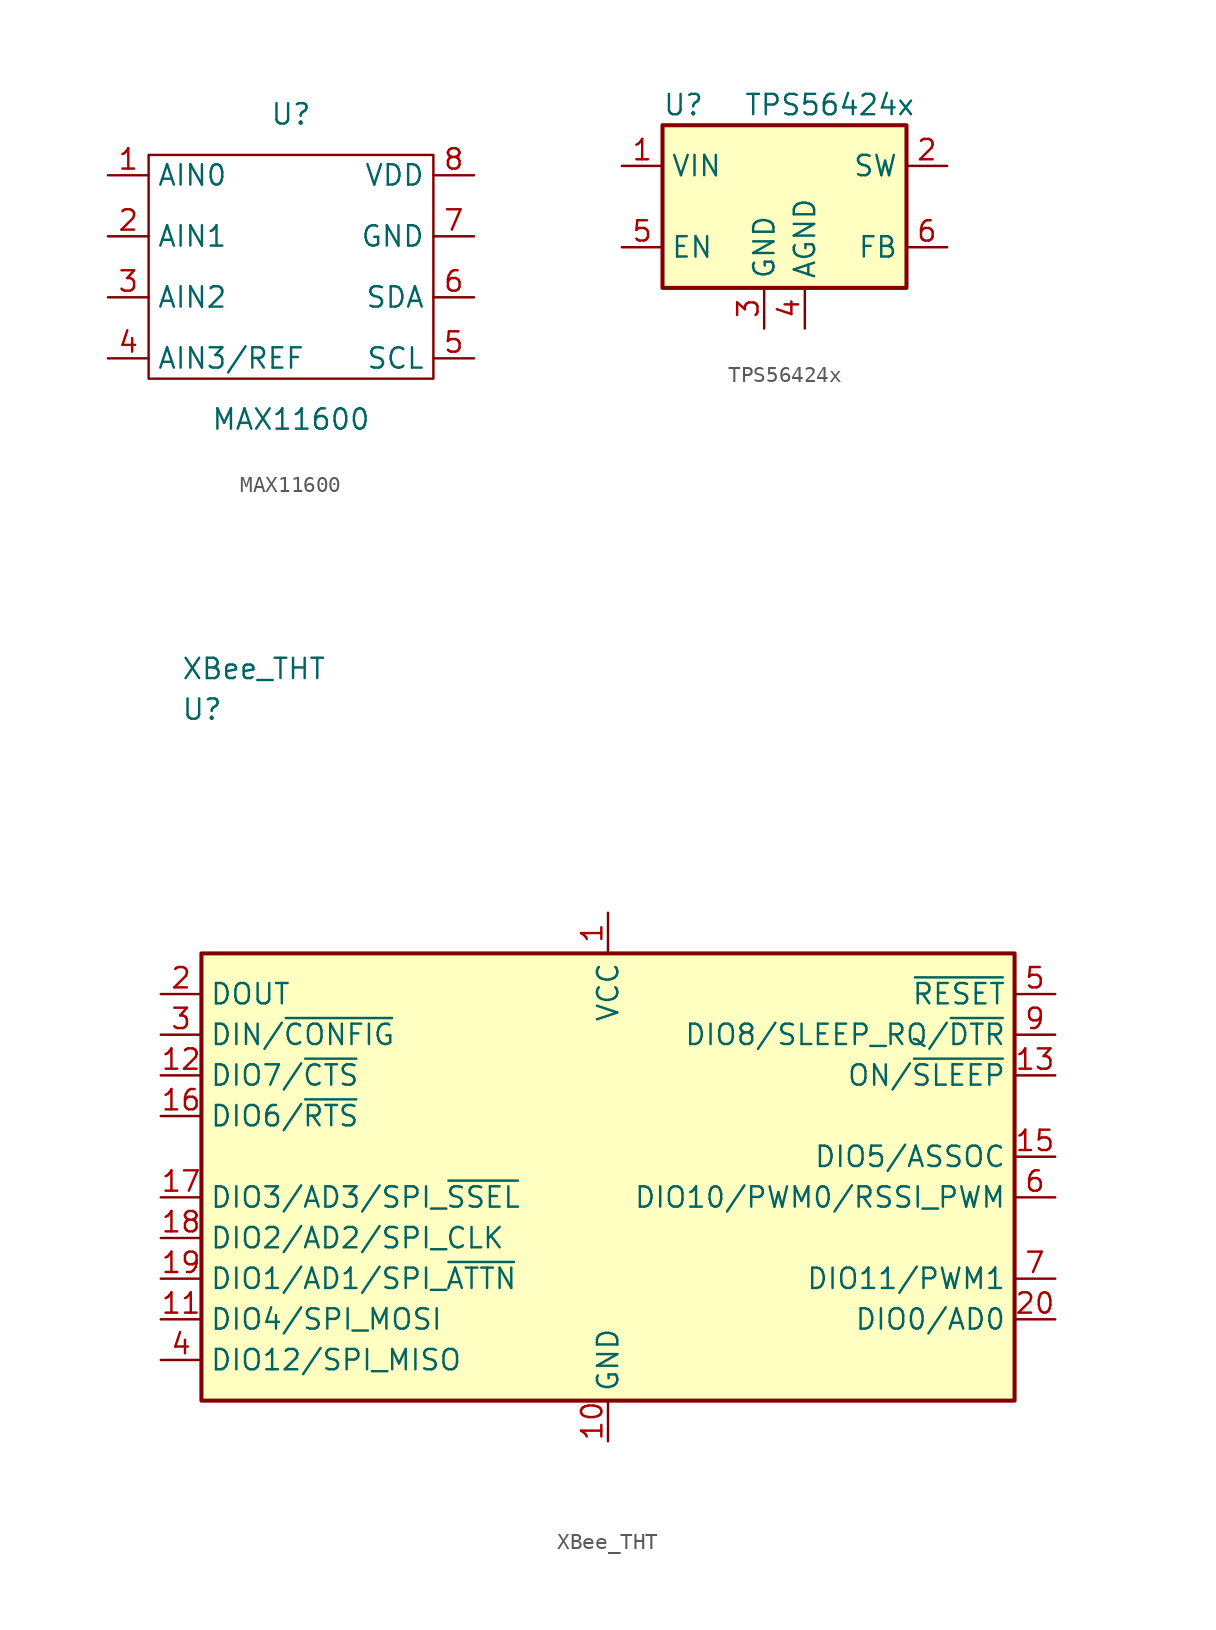
<source format=kicad_sym>
(kicad_symbol_lib
  (version 20211014)
  (generator kicad_symbol_editor)
  (symbol "MAX11600"
    (property "Reference" "U"
      (at 0 6.35 0)
      (effects (font (size 1.27 1.27))))
    (property "Value" "MAX11600"
      (at 0 -12.7 0)
      (effects (font (size 1.27 1.27))))
    (symbol "MAX11600_0_1"
      (rectangle (start -8.89 3.81) (end 8.89 -10.16) (stroke (width 0) (type default) (color 0 0 0 0)) (fill (type none))))
    (symbol "MAX11600_1_1"
      (pin input line (at -11.43 2.54 0) (length 2.54) (name "AIN0" (effects (font (size 1.27 1.27)))) (number "1" (effects (font (size 1.27 1.27)))))
      (pin input line (at -11.43 -1.27 0) (length 2.54) (name "AIN1" (effects (font (size 1.27 1.27)))) (number "2" (effects (font (size 1.27 1.27)))))
      (pin input line (at -11.43 -5.08 0) (length 2.54) (name "AIN2" (effects (font (size 1.27 1.27)))) (number "3" (effects (font (size 1.27 1.27)))))
      (pin input line (at -11.43 -8.89 0) (length 2.54) (name "AIN3/REF" (effects (font (size 1.27 1.27)))) (number "4" (effects (font (size 1.27 1.27)))))
      (pin bidirectional line (at 11.43 -8.89 180) (length 2.54) (name "SCL" (effects (font (size 1.27 1.27)))) (number "5" (effects (font (size 1.27 1.27)))))
      (pin bidirectional line (at 11.43 -5.08 180) (length 2.54) (name "SDA" (effects (font (size 1.27 1.27)))) (number "6" (effects (font (size 1.27 1.27)))))
      (pin input line (at 11.43 -1.27 180) (length 2.54) (name "GND" (effects (font (size 1.27 1.27)))) (number "7" (effects (font (size 1.27 1.27)))))
      (pin input line (at 11.43 2.54 180) (length 2.54) (name "VDD" (effects (font (size 1.27 1.27)))) (number "8" (effects (font (size 1.27 1.27)))))))
  (symbol "TPS56424x"
    (property "Reference" "U"
      (at -7.62 6.35 0)
      (effects (font (size 1.27 1.27)) (justify left)))
    (property "Value" "TPS56424x"
      (at -2.54 6.35 0)
      (effects (font (size 1.27 1.27)) (justify left)))
    (symbol "TPS56424x_0_1"
      (rectangle (start -7.62 5.08) (end 7.62 -5.08) (stroke (width 0.254) (type default) (color 0 0 0 0)) (fill (type background))))
    (symbol "TPS56424x_1_1"
      (pin power_in line (at -10.16 2.54 0) (length 2.54) (name "VIN" (effects (font (size 1.27 1.27)))) (number "1" (effects (font (size 1.27 1.27)))))
      (pin power_out line (at 10.16 2.54 180) (length 2.54) (name "SW" (effects (font (size 1.27 1.27)))) (number "2" (effects (font (size 1.27 1.27)))))
      (pin power_in line (at -1.27 -7.62 90) (length 2.54) (name "GND" (effects (font (size 1.27 1.27)))) (number "3" (effects (font (size 1.27 1.27)))))
      (pin power_in line (at 1.27 -7.62 90) (length 2.54) (name "AGND" (effects (font (size 1.27 1.27)))) (number "4" (effects (font (size 1.27 1.27)))))
      (pin input line (at -10.16 -2.54 0) (length 2.54) (name "EN" (effects (font (size 1.27 1.27)))) (number "5" (effects (font (size 1.27 1.27)))))
      (pin input line (at 10.16 -2.54 180) (length 2.54) (name "FB" (effects (font (size 1.27 1.27)))) (number "6" (effects (font (size 1.27 1.27)))))))
  (symbol "XBee_THT"
    (property "Reference" "U"
      (at -26.67 38.1 0)
      (effects (font (size 1.27 1.27)) (justify left)))
    (property "Value" "XBee_THT"
      (at -26.67 40.64 0)
      (effects (font (size 1.27 1.27)) (justify left)))
    (symbol "XBee_THT_0_1"
      (rectangle (start -25.4 22.86) (end 25.4 -5.08) (stroke (width 0.254) (type default) (color 0 0 0 0)) (fill (type background))))
    (symbol "XBee_THT_1_1"
      (pin power_in line (at 0 25.4 270) (length 2.54) (name "VCC" (effects (font (size 1.27 1.27)))) (number "1" (effects (font (size 1.27 1.27)))))
      (pin power_in line (at 0 -7.62 90) (length 2.54) (name "GND" (effects (font (size 1.27 1.27)))) (number "10" (effects (font (size 1.27 1.27)))))
      (pin bidirectional line (at -27.94 0 0) (length 2.54) (name "DIO4/SPI_MOSI" (effects (font (size 1.27 1.27)))) (number "11" (effects (font (size 1.27 1.27)))))
      (pin bidirectional line (at -27.94 15.24 0) (length 2.54) (name "DIO7/~{CTS}" (effects (font (size 1.27 1.27)))) (number "12" (effects (font (size 1.27 1.27)))))
      (pin output line (at 27.94 15.24 180) (length 2.54) (name "ON/~{SLEEP}" (effects (font (size 1.27 1.27)))) (number "13" (effects (font (size 1.27 1.27)))))
      (pin no_connect line (at 2.54 22.86 270) (length 2.54) hide (name "VREF" (effects (font (size 1.27 1.27)))) (number "14" (effects (font (size 1.27 1.27)))))
      (pin bidirectional line (at 27.94 10.16 180) (length 2.54) (name "DIO5/ASSOC" (effects (font (size 1.27 1.27)))) (number "15" (effects (font (size 1.27 1.27)))))
      (pin bidirectional line (at -27.94 12.7 0) (length 2.54) (name "DIO6/~{RTS}" (effects (font (size 1.27 1.27)))) (number "16" (effects (font (size 1.27 1.27)))))
      (pin bidirectional line (at -27.94 7.62 0) (length 2.54) (name "DIO3/AD3/SPI_~{SSEL}" (effects (font (size 1.27 1.27)))) (number "17" (effects (font (size 1.27 1.27)))))
      (pin bidirectional line (at -27.94 5.08 0) (length 2.54) (name "DIO2/AD2/SPI_CLK" (effects (font (size 1.27 1.27)))) (number "18" (effects (font (size 1.27 1.27)))))
      (pin bidirectional line (at -27.94 2.54 0) (length 2.54) (name "DIO1/AD1/SPI_~{ATTN}" (effects (font (size 1.27 1.27)))) (number "19" (effects (font (size 1.27 1.27)))))
      (pin output line (at -27.94 20.32 0) (length 2.54) (name "DOUT" (effects (font (size 1.27 1.27)))) (number "2" (effects (font (size 1.27 1.27)))))
      (pin bidirectional line (at 27.94 0 180) (length 2.54) (name "DIO0/AD0" (effects (font (size 1.27 1.27)))) (number "20" (effects (font (size 1.27 1.27)))))
      (pin input line (at -27.94 17.78 0) (length 2.54) (name "DIN/~{CONFIG}" (effects (font (size 1.27 1.27)))) (number "3" (effects (font (size 1.27 1.27)))))
      (pin bidirectional line (at -27.94 -2.54 0) (length 2.54) (name "DIO12/SPI_MISO" (effects (font (size 1.27 1.27)))) (number "4" (effects (font (size 1.27 1.27)))))
      (pin input line (at 27.94 20.32 180) (length 2.54) (name "~{RESET}" (effects (font (size 1.27 1.27)))) (number "5" (effects (font (size 1.27 1.27)))))
      (pin bidirectional line (at 27.94 7.62 180) (length 2.54) (name "DIO10/PWM0/RSSI_PWM" (effects (font (size 1.27 1.27)))) (number "6" (effects (font (size 1.27 1.27)))))
      (pin bidirectional line (at 27.94 2.54 180) (length 2.54) (name "DIO11/PWM1" (effects (font (size 1.27 1.27)))) (number "7" (effects (font (size 1.27 1.27)))))
      (pin no_connect line (at 2.54 -5.08 90) (length 2.54) hide (name "RESERVED" (effects (font (size 1.27 1.27)))) (number "8" (effects (font (size 1.27 1.27)))))
      (pin bidirectional line (at 27.94 17.78 180) (length 2.54) (name "DIO8/SLEEP_RQ/~{DTR}" (effects (font (size 1.27 1.27)))) (number "9" (effects (font (size 1.27 1.27))))))))
</source>
